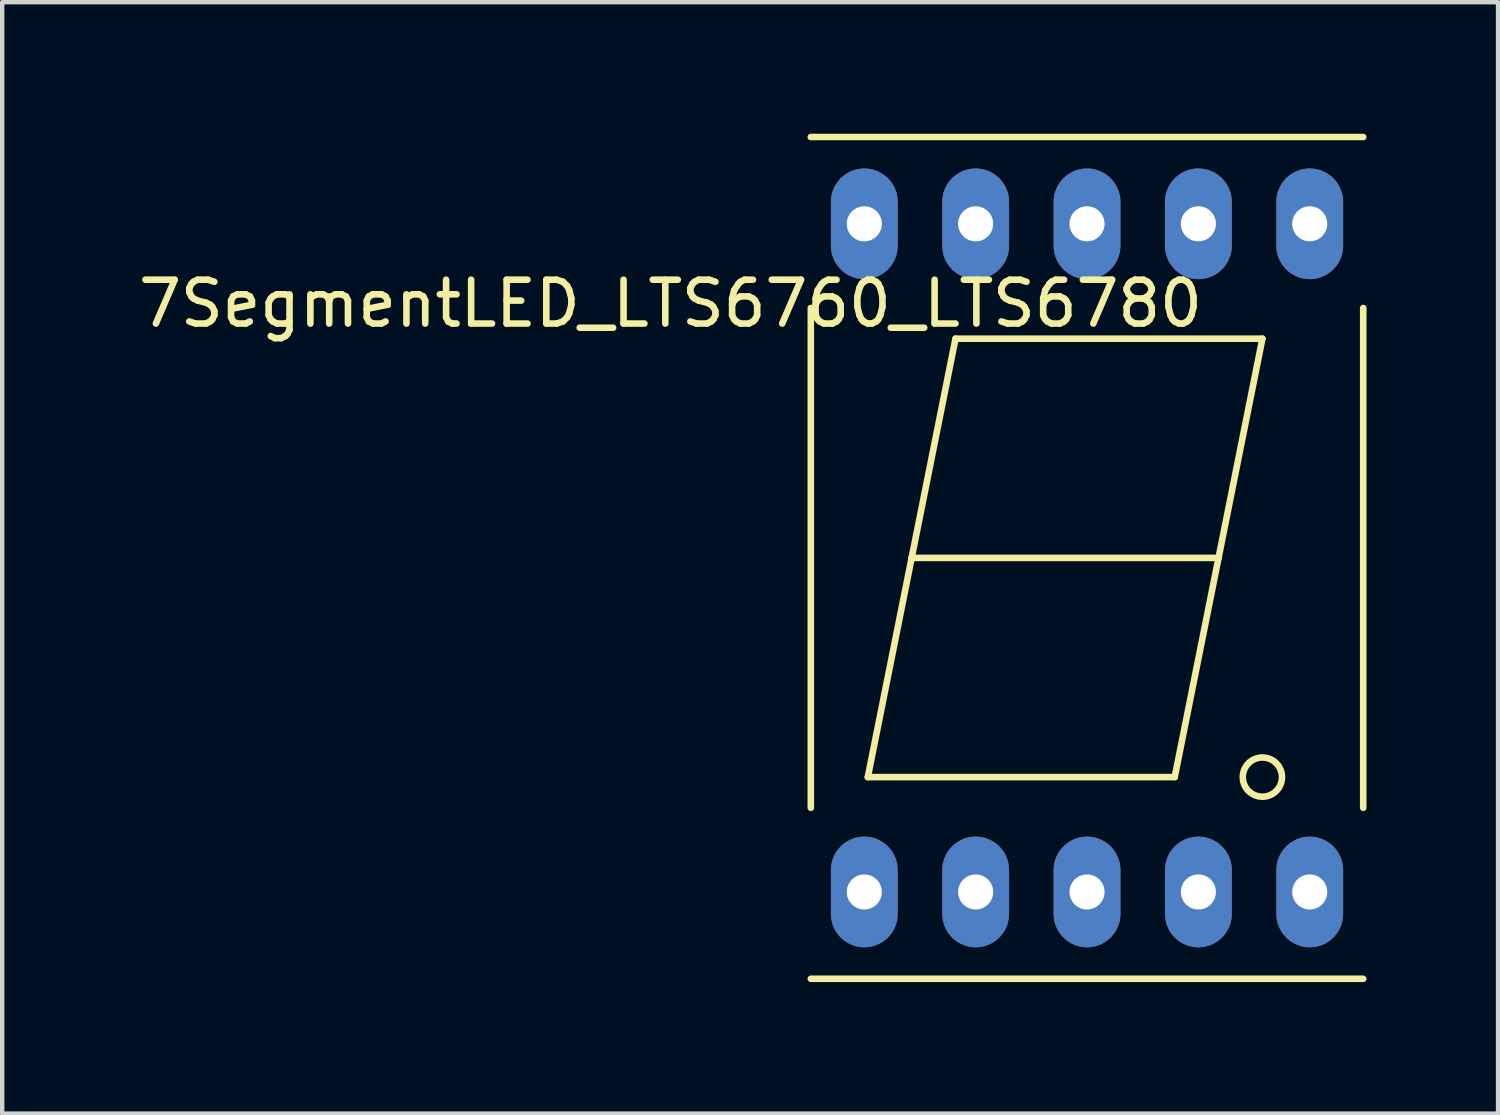
<source format=kicad_pcb>
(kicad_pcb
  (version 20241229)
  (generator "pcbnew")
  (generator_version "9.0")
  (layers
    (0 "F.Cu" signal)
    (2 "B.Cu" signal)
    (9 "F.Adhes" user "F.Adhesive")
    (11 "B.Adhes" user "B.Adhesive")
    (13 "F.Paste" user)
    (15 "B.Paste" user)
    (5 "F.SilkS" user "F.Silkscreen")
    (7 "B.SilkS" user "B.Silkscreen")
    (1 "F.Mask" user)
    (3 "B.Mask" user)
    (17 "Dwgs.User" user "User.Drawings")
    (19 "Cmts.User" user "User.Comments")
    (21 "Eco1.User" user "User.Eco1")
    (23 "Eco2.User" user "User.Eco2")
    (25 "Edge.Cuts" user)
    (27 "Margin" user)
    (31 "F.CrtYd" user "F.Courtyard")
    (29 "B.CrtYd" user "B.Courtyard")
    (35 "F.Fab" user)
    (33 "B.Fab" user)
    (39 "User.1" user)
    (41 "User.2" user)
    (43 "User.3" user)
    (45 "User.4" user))
  (footprint "7SegmentLED_LTS6760_LTS6780"
    (layer "F.Cu")
    (at 21.744 9.675)
    (property "Reference" "7SegmentLED_LTS6760_LTS6780" (at -9.5 -5.8 0) (layer "F.SilkS") (effects (font (size 1 1) (thickness 0.15))))
    (attr through_hole)
    (fp_line (start -6.3 -9.6) (end 6.3 -9.6) (stroke (width 0.15) (type solid)) (layer "F.SilkS"))
    (fp_line (start -6.3 -5.7) (end -6.3 5.7) (stroke (width 0.15) (type solid)) (layer "F.SilkS"))
    (fp_line (start -5 5) (end 2 5) (stroke (width 0.15) (type solid)) (layer "F.SilkS"))
    (fp_line (start -4 0) (end -5 5) (stroke (width 0.15) (type solid)) (layer "F.SilkS"))
    (fp_line (start -3 -5) (end -4 0) (stroke (width 0.15) (type solid)) (layer "F.SilkS"))
    (fp_line (start -3 -5) (end 4 -5) (stroke (width 0.15) (type solid)) (layer "F.SilkS"))
    (fp_line (start 2 5) (end 3 0) (stroke (width 0.15) (type solid)) (layer "F.SilkS"))
    (fp_line (start 3 0) (end -4 0) (stroke (width 0.15) (type solid)) (layer "F.SilkS"))
    (fp_line (start 4 -5) (end 3 0) (stroke (width 0.15) (type solid)) (layer "F.SilkS"))
    (fp_line (start 6.3 -5.7) (end 6.3 5.7) (stroke (width 0.15) (type solid)) (layer "F.SilkS"))
    (fp_line (start 6.3 9.6) (end -6.3 9.6) (stroke (width 0.15) (type solid)) (layer "F.SilkS"))
    (fp_circle (center 4 5) (end 4.4 5.2) (stroke (width 0.15) (type solid)) (fill no) (layer "F.SilkS"))
    (pad "1" thru_hole oval (at -5.08 7.62) (size 1.524 2.524) (drill 0.8) (layers "*.Cu" "*.Mask"))
    (pad "2" thru_hole oval (at -2.54 7.62) (size 1.524 2.524) (drill 0.8) (layers "*.Cu" "*.Mask"))
    (pad "3" thru_hole oval (at 0 7.62) (size 1.524 2.524) (drill 0.8) (layers "*.Cu" "*.Mask"))
    (pad "4" thru_hole oval (at 2.54 7.62) (size 1.524 2.524) (drill 0.8) (layers "*.Cu" "*.Mask"))
    (pad "5" thru_hole oval (at 5.08 7.62) (size 1.524 2.524) (drill 0.8) (layers "*.Cu" "*.Mask"))
    (pad "6" thru_hole oval (at 5.08 -7.62) (size 1.524 2.524) (drill 0.8) (layers "*.Cu" "*.Mask"))
    (pad "7" thru_hole oval (at 2.54 -7.62) (size 1.524 2.524) (drill 0.8) (layers "*.Cu" "*.Mask"))
    (pad "8" thru_hole oval (at 0 -7.62) (size 1.524 2.524) (drill 0.8) (layers "*.Cu" "*.Mask"))
    (pad "9" thru_hole oval (at -2.54 -7.62) (size 1.524 2.524) (drill 0.8) (layers "*.Cu" "*.Mask"))
    (pad "10" thru_hole oval (at -5.08 -7.62) (size 1.524 2.524) (drill 0.8) (layers "*.Cu" "*.Mask")))
  (gr_rect
    (start -3 -3)
    (end 31.119 22.35)
    (stroke (width 0.1) (type default))
    (fill no)
    (layer "Edge.Cuts")))
</source>
